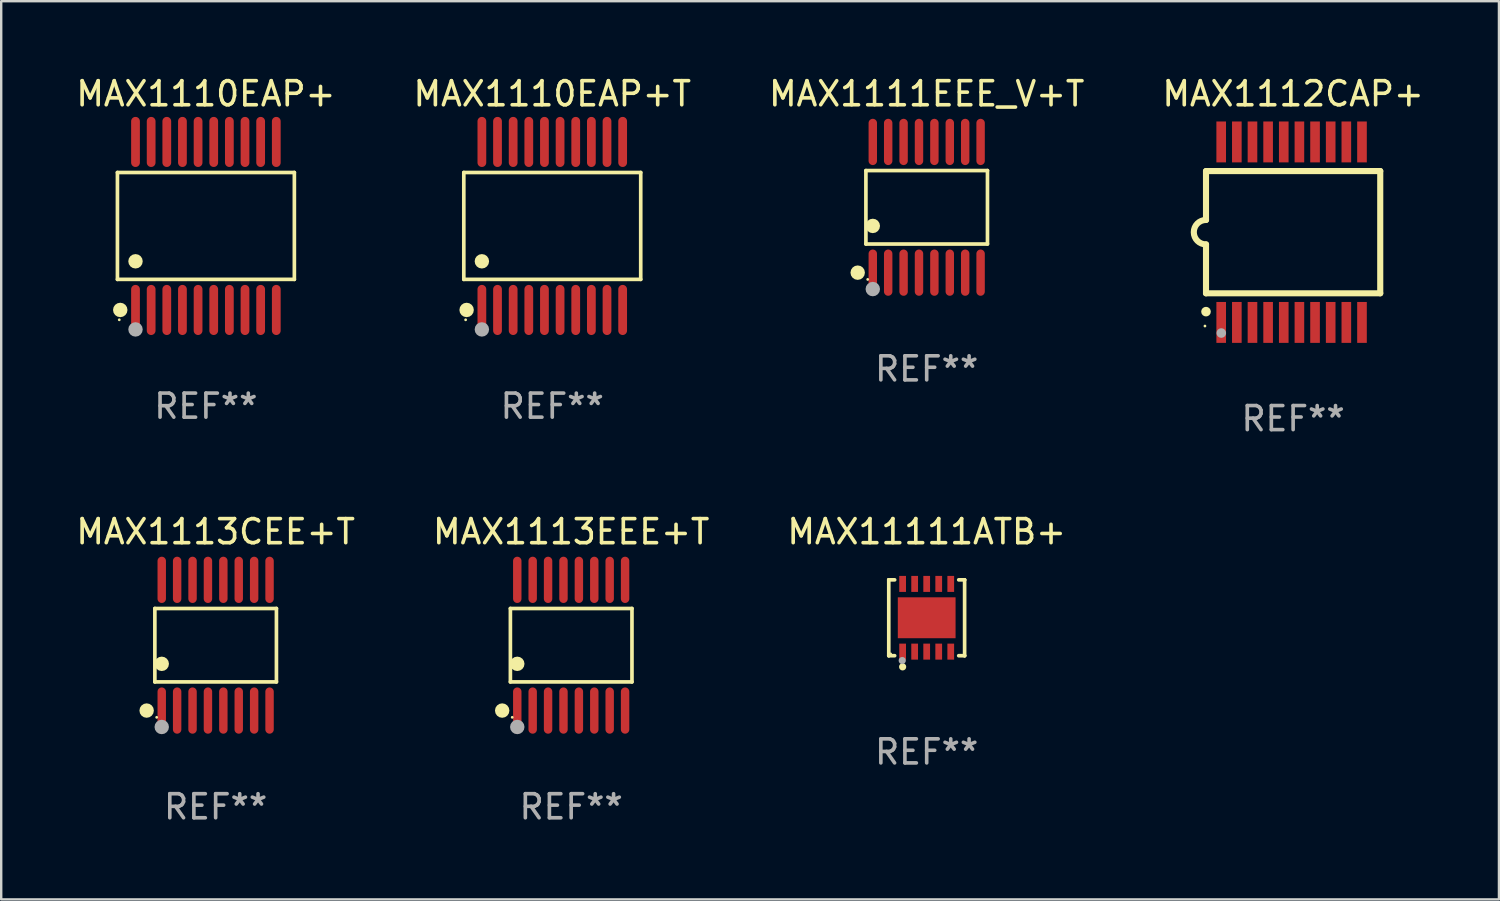
<source format=kicad_pcb>
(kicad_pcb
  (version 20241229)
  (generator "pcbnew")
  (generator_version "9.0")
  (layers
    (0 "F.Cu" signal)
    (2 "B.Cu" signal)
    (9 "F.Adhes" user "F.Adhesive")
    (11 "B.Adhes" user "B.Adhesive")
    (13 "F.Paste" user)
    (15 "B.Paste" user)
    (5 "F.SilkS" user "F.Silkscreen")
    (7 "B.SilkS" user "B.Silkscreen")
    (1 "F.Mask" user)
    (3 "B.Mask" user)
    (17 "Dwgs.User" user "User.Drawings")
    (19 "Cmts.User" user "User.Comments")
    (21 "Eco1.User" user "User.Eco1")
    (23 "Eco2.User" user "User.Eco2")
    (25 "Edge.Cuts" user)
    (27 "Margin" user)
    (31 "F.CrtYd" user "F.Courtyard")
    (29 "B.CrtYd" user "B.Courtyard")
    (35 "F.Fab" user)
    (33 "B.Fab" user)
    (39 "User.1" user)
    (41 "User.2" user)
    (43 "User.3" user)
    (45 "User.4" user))
  (footprint "MAX1110EAP+T"
    (layer "F.Cu")
    (at 19.899 6.339)
    (property "Reference" "MAX1110EAP+T" (at 0 -5.491 0) (layer "F.SilkS") (effects (font (size 1 1) (thickness 0.15))))
    (attr through_hole)
    (fp_line (start -3.676 -2.221) (end 3.676 -2.221) (stroke (width 0.152) (type solid)) (layer "F.SilkS"))
    (fp_line (start -3.676 2.221) (end -3.676 -2.221) (stroke (width 0.152) (type solid)) (layer "F.SilkS"))
    (fp_line (start 3.676 -2.221) (end 3.676 2.221) (stroke (width 0.152) (type solid)) (layer "F.SilkS"))
    (fp_line (start 3.676 2.221) (end -3.676 2.221) (stroke (width 0.152) (type solid)) (layer "F.SilkS"))
    (fp_circle (center -3.6 3.9) (end -3.57 3.9) (stroke (width 0.06) (type solid)) (fill no) (layer "F.SilkS"))
    (fp_circle (center -3.559 3.491) (end -3.409 3.491) (stroke (width 0.3) (type solid)) (fill no) (layer "F.SilkS"))
    (fp_circle (center -2.925 1.469) (end -2.775 1.469) (stroke (width 0.3) (type solid)) (fill no) (layer "F.SilkS"))
    (fp_circle (center -2.925 4.3) (end -2.775 4.3) (stroke (width 0.3) (type solid)) (fill no) (layer "F.Fab"))
    (fp_text user "REF**" (at 0 7.491 0) (layer "F.Fab") (effects (font (size 1 1) (thickness 0.15))))
    (pad "1" smd oval (at -2.925 3.491) (size 0.364 2.082) (layers "F.Cu" "F.Mask" "F.Paste"))
    (pad "2" smd oval (at -2.275 3.491) (size 0.364 2.082) (layers "F.Cu" "F.Mask" "F.Paste"))
    (pad "3" smd oval (at -1.625 3.491) (size 0.364 2.082) (layers "F.Cu" "F.Mask" "F.Paste"))
    (pad "4" smd oval (at -0.975 3.491) (size 0.364 2.082) (layers "F.Cu" "F.Mask" "F.Paste"))
    (pad "5" smd oval (at -0.325 3.491) (size 0.364 2.082) (layers "F.Cu" "F.Mask" "F.Paste"))
    (pad "6" smd oval (at 0.325 3.491) (size 0.364 2.082) (layers "F.Cu" "F.Mask" "F.Paste"))
    (pad "7" smd oval (at 0.975 3.491) (size 0.364 2.082) (layers "F.Cu" "F.Mask" "F.Paste"))
    (pad "8" smd oval (at 1.625 3.491) (size 0.364 2.082) (layers "F.Cu" "F.Mask" "F.Paste"))
    (pad "9" smd oval (at 2.275 3.491) (size 0.364 2.082) (layers "F.Cu" "F.Mask" "F.Paste"))
    (pad "10" smd oval (at 2.925 3.491) (size 0.364 2.082) (layers "F.Cu" "F.Mask" "F.Paste"))
    (pad "11" smd oval (at 2.925 -3.491) (size 0.364 2.082) (layers "F.Cu" "F.Mask" "F.Paste"))
    (pad "12" smd oval (at 2.275 -3.491) (size 0.364 2.082) (layers "F.Cu" "F.Mask" "F.Paste"))
    (pad "13" smd oval (at 1.625 -3.491) (size 0.364 2.082) (layers "F.Cu" "F.Mask" "F.Paste"))
    (pad "14" smd oval (at 0.975 -3.491) (size 0.364 2.082) (layers "F.Cu" "F.Mask" "F.Paste"))
    (pad "15" smd oval (at 0.325 -3.491) (size 0.364 2.082) (layers "F.Cu" "F.Mask" "F.Paste"))
    (pad "16" smd oval (at -0.325 -3.491) (size 0.364 2.082) (layers "F.Cu" "F.Mask" "F.Paste"))
    (pad "17" smd oval (at -0.975 -3.491) (size 0.364 2.082) (layers "F.Cu" "F.Mask" "F.Paste"))
    (pad "18" smd oval (at -1.625 -3.491) (size 0.364 2.082) (layers "F.Cu" "F.Mask" "F.Paste"))
    (pad "19" smd oval (at -2.275 -3.491) (size 0.364 2.082) (layers "F.Cu" "F.Mask" "F.Paste"))
    (pad "20" smd oval (at -2.925 -3.491) (size 0.364 2.082) (layers "F.Cu" "F.Mask" "F.Paste")))
  (footprint "MAX1113CEE+T"
    (layer "F.Cu")
    (at 5.911 23.761)
    (property "Reference" "MAX1113CEE+T" (at 0 -4.716 0) (layer "F.SilkS") (effects (font (size 1 1) (thickness 0.15))))
    (attr through_hole)
    (fp_line (start -2.526 -1.526) (end 2.526 -1.526) (stroke (width 0.152) (type solid)) (layer "F.SilkS"))
    (fp_line (start -2.526 1.526) (end -2.526 -1.526) (stroke (width 0.152) (type solid)) (layer "F.SilkS"))
    (fp_line (start 2.526 -1.526) (end 2.526 1.526) (stroke (width 0.152) (type solid)) (layer "F.SilkS"))
    (fp_line (start 2.526 1.526) (end -2.526 1.526) (stroke (width 0.152) (type solid)) (layer "F.SilkS"))
    (fp_circle (center -2.867 2.716) (end -2.717 2.716) (stroke (width 0.3) (type solid)) (fill no) (layer "F.SilkS"))
    (fp_circle (center -2.45 2.997) (end -2.42 2.997) (stroke (width 0.06) (type solid)) (fill no) (layer "F.SilkS"))
    (fp_circle (center -2.24 0.774) (end -2.09 0.774) (stroke (width 0.3) (type solid)) (fill no) (layer "F.SilkS"))
    (fp_circle (center -2.24 3.398) (end -2.09 3.398) (stroke (width 0.3) (type solid)) (fill no) (layer "F.Fab"))
    (fp_text user "REF**" (at 0 6.716 0) (layer "F.Fab") (effects (font (size 1 1) (thickness 0.15))))
    (pad "1" smd oval (at -2.24 2.716) (size 0.35 1.922) (layers "F.Cu" "F.Mask" "F.Paste"))
    (pad "2" smd oval (at -1.6 2.716) (size 0.35 1.922) (layers "F.Cu" "F.Mask" "F.Paste"))
    (pad "3" smd oval (at -0.96 2.716) (size 0.35 1.922) (layers "F.Cu" "F.Mask" "F.Paste"))
    (pad "4" smd oval (at -0.32 2.716) (size 0.35 1.922) (layers "F.Cu" "F.Mask" "F.Paste"))
    (pad "5" smd oval (at 0.32 2.716) (size 0.35 1.922) (layers "F.Cu" "F.Mask" "F.Paste"))
    (pad "6" smd oval (at 0.96 2.716) (size 0.35 1.922) (layers "F.Cu" "F.Mask" "F.Paste"))
    (pad "7" smd oval (at 1.6 2.716) (size 0.35 1.922) (layers "F.Cu" "F.Mask" "F.Paste"))
    (pad "8" smd oval (at 2.24 2.716) (size 0.35 1.922) (layers "F.Cu" "F.Mask" "F.Paste"))
    (pad "9" smd oval (at 2.24 -2.716) (size 0.35 1.922) (layers "F.Cu" "F.Mask" "F.Paste"))
    (pad "10" smd oval (at 1.6 -2.716) (size 0.35 1.922) (layers "F.Cu" "F.Mask" "F.Paste"))
    (pad "11" smd oval (at 0.96 -2.716) (size 0.35 1.922) (layers "F.Cu" "F.Mask" "F.Paste"))
    (pad "12" smd oval (at 0.32 -2.716) (size 0.35 1.922) (layers "F.Cu" "F.Mask" "F.Paste"))
    (pad "13" smd oval (at -0.32 -2.716) (size 0.35 1.922) (layers "F.Cu" "F.Mask" "F.Paste"))
    (pad "14" smd oval (at -0.96 -2.716) (size 0.35 1.922) (layers "F.Cu" "F.Mask" "F.Paste"))
    (pad "15" smd oval (at -1.6 -2.716) (size 0.35 1.922) (layers "F.Cu" "F.Mask" "F.Paste"))
    (pad "16" smd oval (at -2.24 -2.716) (size 0.35 1.922) (layers "F.Cu" "F.Mask" "F.Paste")))
  (footprint "MAX1112CAP+"
    (layer "F.Cu")
    (at 50.685 6.598)
    (property "Reference" "MAX1112CAP+" (at 0 -5.75 0) (layer "F.SilkS") (effects (font (size 1 1) (thickness 0.15))))
    (attr through_hole)
    (fp_line (start -3.62 -2.54) (end 3.62 -2.54) (stroke (width 0.254) (type solid)) (layer "F.SilkS"))
    (fp_line (start -3.62 -0.508) (end -3.62 -2.54) (stroke (width 0.254) (type solid)) (layer "F.SilkS"))
    (fp_line (start -3.62 2.54) (end -3.62 0.508) (stroke (width 0.254) (type solid)) (layer "F.SilkS"))
    (fp_line (start 3.62 -2.54) (end 3.62 2.54) (stroke (width 0.254) (type solid)) (layer "F.SilkS"))
    (fp_line (start 3.62 2.54) (end -3.62 2.54) (stroke (width 0.254) (type solid)) (layer "F.SilkS"))
    (fp_arc (start -3.619507 0.508052) (mid -4.125607 0.000051) (end -3.619507 -0.50795) (stroke (width 0.254001) (type solid)) (layer "F.SilkS"))
    (fp_circle (center -3.664 3.9) (end -3.634 3.9) (stroke (width 0.06) (type solid)) (fill no) (layer "F.SilkS"))
    (fp_circle (center -3.62 3.302) (end -3.52 3.302) (stroke (width 0.2) (type solid)) (fill no) (layer "F.SilkS"))
    (fp_circle (center -2.985 4.191) (end -2.885 4.191) (stroke (width 0.2) (type solid)) (fill no) (layer "F.Fab"))
    (fp_text user "REF**" (at 0 7.75 0) (layer "F.Fab") (effects (font (size 1 1) (thickness 0.15))))
    (pad "1" smd rect (at -2.989 3.75) (size 0.4 1.7) (layers "F.Cu" "F.Mask" "F.Paste"))
    (pad "2" smd rect (at -2.339 3.75) (size 0.4 1.7) (layers "F.Cu" "F.Mask" "F.Paste"))
    (pad "3" smd rect (at -1.689 3.75) (size 0.4 1.7) (layers "F.Cu" "F.Mask" "F.Paste"))
    (pad "4" smd rect (at -1.039 3.75) (size 0.4 1.7) (layers "F.Cu" "F.Mask" "F.Paste"))
    (pad "5" smd rect (at -0.389 3.75) (size 0.4 1.7) (layers "F.Cu" "F.Mask" "F.Paste"))
    (pad "6" smd rect (at 0.261 3.75) (size 0.4 1.7) (layers "F.Cu" "F.Mask" "F.Paste"))
    (pad "7" smd rect (at 0.911 3.75) (size 0.4 1.7) (layers "F.Cu" "F.Mask" "F.Paste"))
    (pad "8" smd rect (at 1.561 3.75) (size 0.4 1.7) (layers "F.Cu" "F.Mask" "F.Paste"))
    (pad "9" smd rect (at 2.211 3.75) (size 0.4 1.7) (layers "F.Cu" "F.Mask" "F.Paste"))
    (pad "10" smd rect (at 2.862 3.75) (size 0.4 1.7) (layers "F.Cu" "F.Mask" "F.Paste"))
    (pad "11" smd rect (at 2.862 -3.75) (size 0.4 1.7) (layers "F.Cu" "F.Mask" "F.Paste"))
    (pad "12" smd rect (at 2.211 -3.75) (size 0.4 1.7) (layers "F.Cu" "F.Mask" "F.Paste"))
    (pad "13" smd rect (at 1.561 -3.75) (size 0.4 1.7) (layers "F.Cu" "F.Mask" "F.Paste"))
    (pad "14" smd rect (at 0.911 -3.75) (size 0.4 1.7) (layers "F.Cu" "F.Mask" "F.Paste"))
    (pad "15" smd rect (at 0.261 -3.75) (size 0.4 1.7) (layers "F.Cu" "F.Mask" "F.Paste"))
    (pad "16" smd rect (at -0.389 -3.75) (size 0.4 1.7) (layers "F.Cu" "F.Mask" "F.Paste"))
    (pad "17" smd rect (at -1.039 -3.75) (size 0.4 1.7) (layers "F.Cu" "F.Mask" "F.Paste"))
    (pad "18" smd rect (at -1.689 -3.75) (size 0.4 1.7) (layers "F.Cu" "F.Mask" "F.Paste"))
    (pad "19" smd rect (at -2.339 -3.75) (size 0.4 1.7) (layers "F.Cu" "F.Mask" "F.Paste"))
    (pad "20" smd rect (at -2.989 -3.75) (size 0.4 1.7) (layers "F.Cu" "F.Mask" "F.Paste")))
  (footprint "MAX1113EEE+T"
    (layer "F.Cu")
    (at 20.685 23.761)
    (property "Reference" "MAX1113EEE+T" (at 0 -4.716 0) (layer "F.SilkS") (effects (font (size 1 1) (thickness 0.15))))
    (attr through_hole)
    (fp_line (start -2.526 -1.526) (end 2.526 -1.526) (stroke (width 0.152) (type solid)) (layer "F.SilkS"))
    (fp_line (start -2.526 1.526) (end -2.526 -1.526) (stroke (width 0.152) (type solid)) (layer "F.SilkS"))
    (fp_line (start 2.526 -1.526) (end 2.526 1.526) (stroke (width 0.152) (type solid)) (layer "F.SilkS"))
    (fp_line (start 2.526 1.526) (end -2.526 1.526) (stroke (width 0.152) (type solid)) (layer "F.SilkS"))
    (fp_circle (center -2.867 2.716) (end -2.717 2.716) (stroke (width 0.3) (type solid)) (fill no) (layer "F.SilkS"))
    (fp_circle (center -2.45 2.997) (end -2.42 2.997) (stroke (width 0.06) (type solid)) (fill no) (layer "F.SilkS"))
    (fp_circle (center -2.24 0.774) (end -2.09 0.774) (stroke (width 0.3) (type solid)) (fill no) (layer "F.SilkS"))
    (fp_circle (center -2.24 3.398) (end -2.09 3.398) (stroke (width 0.3) (type solid)) (fill no) (layer "F.Fab"))
    (fp_text user "REF**" (at 0 6.716 0) (layer "F.Fab") (effects (font (size 1 1) (thickness 0.15))))
    (pad "1" smd oval (at -2.24 2.716) (size 0.35 1.922) (layers "F.Cu" "F.Mask" "F.Paste"))
    (pad "2" smd oval (at -1.6 2.716) (size 0.35 1.922) (layers "F.Cu" "F.Mask" "F.Paste"))
    (pad "3" smd oval (at -0.96 2.716) (size 0.35 1.922) (layers "F.Cu" "F.Mask" "F.Paste"))
    (pad "4" smd oval (at -0.32 2.716) (size 0.35 1.922) (layers "F.Cu" "F.Mask" "F.Paste"))
    (pad "5" smd oval (at 0.32 2.716) (size 0.35 1.922) (layers "F.Cu" "F.Mask" "F.Paste"))
    (pad "6" smd oval (at 0.96 2.716) (size 0.35 1.922) (layers "F.Cu" "F.Mask" "F.Paste"))
    (pad "7" smd oval (at 1.6 2.716) (size 0.35 1.922) (layers "F.Cu" "F.Mask" "F.Paste"))
    (pad "8" smd oval (at 2.24 2.716) (size 0.35 1.922) (layers "F.Cu" "F.Mask" "F.Paste"))
    (pad "9" smd oval (at 2.24 -2.716) (size 0.35 1.922) (layers "F.Cu" "F.Mask" "F.Paste"))
    (pad "10" smd oval (at 1.6 -2.716) (size 0.35 1.922) (layers "F.Cu" "F.Mask" "F.Paste"))
    (pad "11" smd oval (at 0.96 -2.716) (size 0.35 1.922) (layers "F.Cu" "F.Mask" "F.Paste"))
    (pad "12" smd oval (at 0.32 -2.716) (size 0.35 1.922) (layers "F.Cu" "F.Mask" "F.Paste"))
    (pad "13" smd oval (at -0.32 -2.716) (size 0.35 1.922) (layers "F.Cu" "F.Mask" "F.Paste"))
    (pad "14" smd oval (at -0.96 -2.716) (size 0.35 1.922) (layers "F.Cu" "F.Mask" "F.Paste"))
    (pad "15" smd oval (at -1.6 -2.716) (size 0.35 1.922) (layers "F.Cu" "F.Mask" "F.Paste"))
    (pad "16" smd oval (at -2.24 -2.716) (size 0.35 1.922) (layers "F.Cu" "F.Mask" "F.Paste")))
  (footprint "MAX1110EAP+"
    (layer "F.Cu")
    (at 5.506 6.339)
    (property "Reference" "MAX1110EAP+" (at 0 -5.491 0) (layer "F.SilkS") (effects (font (size 1 1) (thickness 0.15))))
    (attr through_hole)
    (fp_line (start -3.676 -2.221) (end 3.676 -2.221) (stroke (width 0.152) (type solid)) (layer "F.SilkS"))
    (fp_line (start -3.676 2.221) (end -3.676 -2.221) (stroke (width 0.152) (type solid)) (layer "F.SilkS"))
    (fp_line (start 3.676 -2.221) (end 3.676 2.221) (stroke (width 0.152) (type solid)) (layer "F.SilkS"))
    (fp_line (start 3.676 2.221) (end -3.676 2.221) (stroke (width 0.152) (type solid)) (layer "F.SilkS"))
    (fp_circle (center -3.6 3.9) (end -3.57 3.9) (stroke (width 0.06) (type solid)) (fill no) (layer "F.SilkS"))
    (fp_circle (center -3.559 3.491) (end -3.409 3.491) (stroke (width 0.3) (type solid)) (fill no) (layer "F.SilkS"))
    (fp_circle (center -2.925 1.469) (end -2.775 1.469) (stroke (width 0.3) (type solid)) (fill no) (layer "F.SilkS"))
    (fp_circle (center -2.925 4.3) (end -2.775 4.3) (stroke (width 0.3) (type solid)) (fill no) (layer "F.Fab"))
    (fp_text user "REF**" (at 0 7.491 0) (layer "F.Fab") (effects (font (size 1 1) (thickness 0.15))))
    (pad "1" smd oval (at -2.925 3.491) (size 0.364 2.082) (layers "F.Cu" "F.Mask" "F.Paste"))
    (pad "2" smd oval (at -2.275 3.491) (size 0.364 2.082) (layers "F.Cu" "F.Mask" "F.Paste"))
    (pad "3" smd oval (at -1.625 3.491) (size 0.364 2.082) (layers "F.Cu" "F.Mask" "F.Paste"))
    (pad "4" smd oval (at -0.975 3.491) (size 0.364 2.082) (layers "F.Cu" "F.Mask" "F.Paste"))
    (pad "5" smd oval (at -0.325 3.491) (size 0.364 2.082) (layers "F.Cu" "F.Mask" "F.Paste"))
    (pad "6" smd oval (at 0.325 3.491) (size 0.364 2.082) (layers "F.Cu" "F.Mask" "F.Paste"))
    (pad "7" smd oval (at 0.975 3.491) (size 0.364 2.082) (layers "F.Cu" "F.Mask" "F.Paste"))
    (pad "8" smd oval (at 1.625 3.491) (size 0.364 2.082) (layers "F.Cu" "F.Mask" "F.Paste"))
    (pad "9" smd oval (at 2.275 3.491) (size 0.364 2.082) (layers "F.Cu" "F.Mask" "F.Paste"))
    (pad "10" smd oval (at 2.925 3.491) (size 0.364 2.082) (layers "F.Cu" "F.Mask" "F.Paste"))
    (pad "11" smd oval (at 2.925 -3.491) (size 0.364 2.082) (layers "F.Cu" "F.Mask" "F.Paste"))
    (pad "12" smd oval (at 2.275 -3.491) (size 0.364 2.082) (layers "F.Cu" "F.Mask" "F.Paste"))
    (pad "13" smd oval (at 1.625 -3.491) (size 0.364 2.082) (layers "F.Cu" "F.Mask" "F.Paste"))
    (pad "14" smd oval (at 0.975 -3.491) (size 0.364 2.082) (layers "F.Cu" "F.Mask" "F.Paste"))
    (pad "15" smd oval (at 0.325 -3.491) (size 0.364 2.082) (layers "F.Cu" "F.Mask" "F.Paste"))
    (pad "16" smd oval (at -0.325 -3.491) (size 0.364 2.082) (layers "F.Cu" "F.Mask" "F.Paste"))
    (pad "17" smd oval (at -0.975 -3.491) (size 0.364 2.082) (layers "F.Cu" "F.Mask" "F.Paste"))
    (pad "18" smd oval (at -1.625 -3.491) (size 0.364 2.082) (layers "F.Cu" "F.Mask" "F.Paste"))
    (pad "19" smd oval (at -2.275 -3.491) (size 0.364 2.082) (layers "F.Cu" "F.Mask" "F.Paste"))
    (pad "20" smd oval (at -2.925 -3.491) (size 0.364 2.082) (layers "F.Cu" "F.Mask" "F.Paste")))
  (footprint "MAX11111ATB+"
    (layer "F.Cu")
    (at 35.458 22.621)
    (property "Reference" "MAX11111ATB+" (at 0 -3.576 0) (layer "F.SilkS") (effects (font (size 1 1) (thickness 0.15))))
    (attr through_hole)
    (fp_line (start -1.576 -1.576) (end -1.576 -1.576) (stroke (width 0.152) (type solid)) (layer "F.SilkS"))
    (fp_line (start -1.576 -1.576) (end -1.331 -1.576) (stroke (width 0.152) (type solid)) (layer "F.SilkS"))
    (fp_line (start -1.576 1.576) (end -1.576 -1.576) (stroke (width 0.152) (type solid)) (layer "F.SilkS"))
    (fp_line (start -1.576 1.576) (end -1.576 1.576) (stroke (width 0.152) (type solid)) (layer "F.SilkS"))
    (fp_line (start -1.331 1.576) (end -1.576 1.576) (stroke (width 0.152) (type solid)) (layer "F.SilkS"))
    (fp_line (start 1.331 1.576) (end 1.576 1.576) (stroke (width 0.152) (type solid)) (layer "F.SilkS"))
    (fp_line (start 1.576 -1.576) (end 1.331 -1.576) (stroke (width 0.152) (type solid)) (layer "F.SilkS"))
    (fp_line (start 1.576 -1.576) (end 1.576 -1.576) (stroke (width 0.152) (type solid)) (layer "F.SilkS"))
    (fp_line (start 1.576 1.576) (end 1.576 -1.576) (stroke (width 0.152) (type solid)) (layer "F.SilkS"))
    (fp_line (start 1.576 1.576) (end 1.576 1.576) (stroke (width 0.152) (type solid)) (layer "F.SilkS"))
    (fp_circle (center -1.5 1.5) (end -1.47 1.5) (stroke (width 0.06) (type solid)) (fill no) (layer "F.SilkS"))
    (fp_circle (center -1 2.04) (end -0.925 2.04) (stroke (width 0.15) (type solid)) (fill no) (layer "F.SilkS"))
    (fp_circle (center -1.016 1.778) (end -0.941 1.778) (stroke (width 0.15) (type solid)) (fill no) (layer "F.Fab"))
    (fp_text user "REF**" (at 0 5.576 0) (layer "F.Fab") (effects (font (size 1 1) (thickness 0.15))))
    (pad "1" smd rect (at -1 1.407) (size 0.28 0.665) (layers "F.Cu" "F.Mask" "F.Paste"))
    (pad "2" smd rect (at -0.5 1.407) (size 0.28 0.665) (layers "F.Cu" "F.Mask" "F.Paste"))
    (pad "3" smd rect (at 0 1.407) (size 0.28 0.665) (layers "F.Cu" "F.Mask" "F.Paste"))
    (pad "4" smd rect (at 0.5 1.407) (size 0.28 0.665) (layers "F.Cu" "F.Mask" "F.Paste"))
    (pad "5" smd rect (at 1 1.407) (size 0.28 0.665) (layers "F.Cu" "F.Mask" "F.Paste"))
    (pad "6" smd rect (at 1 -1.407) (size 0.28 0.665) (layers "F.Cu" "F.Mask" "F.Paste"))
    (pad "7" smd rect (at 0.5 -1.407) (size 0.28 0.665) (layers "F.Cu" "F.Mask" "F.Paste"))
    (pad "8" smd rect (at 0 -1.407) (size 0.28 0.665) (layers "F.Cu" "F.Mask" "F.Paste"))
    (pad "9" smd rect (at -0.5 -1.407) (size 0.28 0.665) (layers "F.Cu" "F.Mask" "F.Paste"))
    (pad "10" smd rect (at -1 -1.407) (size 0.28 0.665) (layers "F.Cu" "F.Mask" "F.Paste"))
    (pad "11" smd rect (at 0 0) (size 2.4 1.7) (layers "F.Cu" "F.Mask" "F.Paste")))
  (footprint "MAX1111EEE_V+T"
    (layer "F.Cu")
    (at 35.458 5.564)
    (property "Reference" "MAX1111EEE_V+T" (at 0 -4.716 0) (layer "F.SilkS") (effects (font (size 1 1) (thickness 0.15))))
    (attr through_hole)
    (fp_line (start -2.526 -1.526) (end 2.526 -1.526) (stroke (width 0.152) (type solid)) (layer "F.SilkS"))
    (fp_line (start -2.526 1.526) (end -2.526 -1.526) (stroke (width 0.152) (type solid)) (layer "F.SilkS"))
    (fp_line (start 2.526 -1.526) (end 2.526 1.526) (stroke (width 0.152) (type solid)) (layer "F.SilkS"))
    (fp_line (start 2.526 1.526) (end -2.526 1.526) (stroke (width 0.152) (type solid)) (layer "F.SilkS"))
    (fp_circle (center -2.867 2.716) (end -2.717 2.716) (stroke (width 0.3) (type solid)) (fill no) (layer "F.SilkS"))
    (fp_circle (center -2.45 2.997) (end -2.42 2.997) (stroke (width 0.06) (type solid)) (fill no) (layer "F.SilkS"))
    (fp_circle (center -2.24 0.774) (end -2.09 0.774) (stroke (width 0.3) (type solid)) (fill no) (layer "F.SilkS"))
    (fp_circle (center -2.24 3.398) (end -2.09 3.398) (stroke (width 0.3) (type solid)) (fill no) (layer "F.Fab"))
    (fp_text user "REF**" (at 0 6.716 0) (layer "F.Fab") (effects (font (size 1 1) (thickness 0.15))))
    (pad "1" smd oval (at -2.24 2.716) (size 0.35 1.922) (layers "F.Cu" "F.Mask" "F.Paste"))
    (pad "2" smd oval (at -1.6 2.716) (size 0.35 1.922) (layers "F.Cu" "F.Mask" "F.Paste"))
    (pad "3" smd oval (at -0.96 2.716) (size 0.35 1.922) (layers "F.Cu" "F.Mask" "F.Paste"))
    (pad "4" smd oval (at -0.32 2.716) (size 0.35 1.922) (layers "F.Cu" "F.Mask" "F.Paste"))
    (pad "5" smd oval (at 0.32 2.716) (size 0.35 1.922) (layers "F.Cu" "F.Mask" "F.Paste"))
    (pad "6" smd oval (at 0.96 2.716) (size 0.35 1.922) (layers "F.Cu" "F.Mask" "F.Paste"))
    (pad "7" smd oval (at 1.6 2.716) (size 0.35 1.922) (layers "F.Cu" "F.Mask" "F.Paste"))
    (pad "8" smd oval (at 2.24 2.716) (size 0.35 1.922) (layers "F.Cu" "F.Mask" "F.Paste"))
    (pad "9" smd oval (at 2.24 -2.716) (size 0.35 1.922) (layers "F.Cu" "F.Mask" "F.Paste"))
    (pad "10" smd oval (at 1.6 -2.716) (size 0.35 1.922) (layers "F.Cu" "F.Mask" "F.Paste"))
    (pad "11" smd oval (at 0.96 -2.716) (size 0.35 1.922) (layers "F.Cu" "F.Mask" "F.Paste"))
    (pad "12" smd oval (at 0.32 -2.716) (size 0.35 1.922) (layers "F.Cu" "F.Mask" "F.Paste"))
    (pad "13" smd oval (at -0.32 -2.716) (size 0.35 1.922) (layers "F.Cu" "F.Mask" "F.Paste"))
    (pad "14" smd oval (at -0.96 -2.716) (size 0.35 1.922) (layers "F.Cu" "F.Mask" "F.Paste"))
    (pad "15" smd oval (at -1.6 -2.716) (size 0.35 1.922) (layers "F.Cu" "F.Mask" "F.Paste"))
    (pad "16" smd oval (at -2.24 -2.716) (size 0.35 1.922) (layers "F.Cu" "F.Mask" "F.Paste")))
  (gr_rect
    (start -3 -3)
    (end 59.238 34.325)
    (stroke (width 0.1) (type default))
    (fill no)
    (layer "Edge.Cuts")))
</source>
